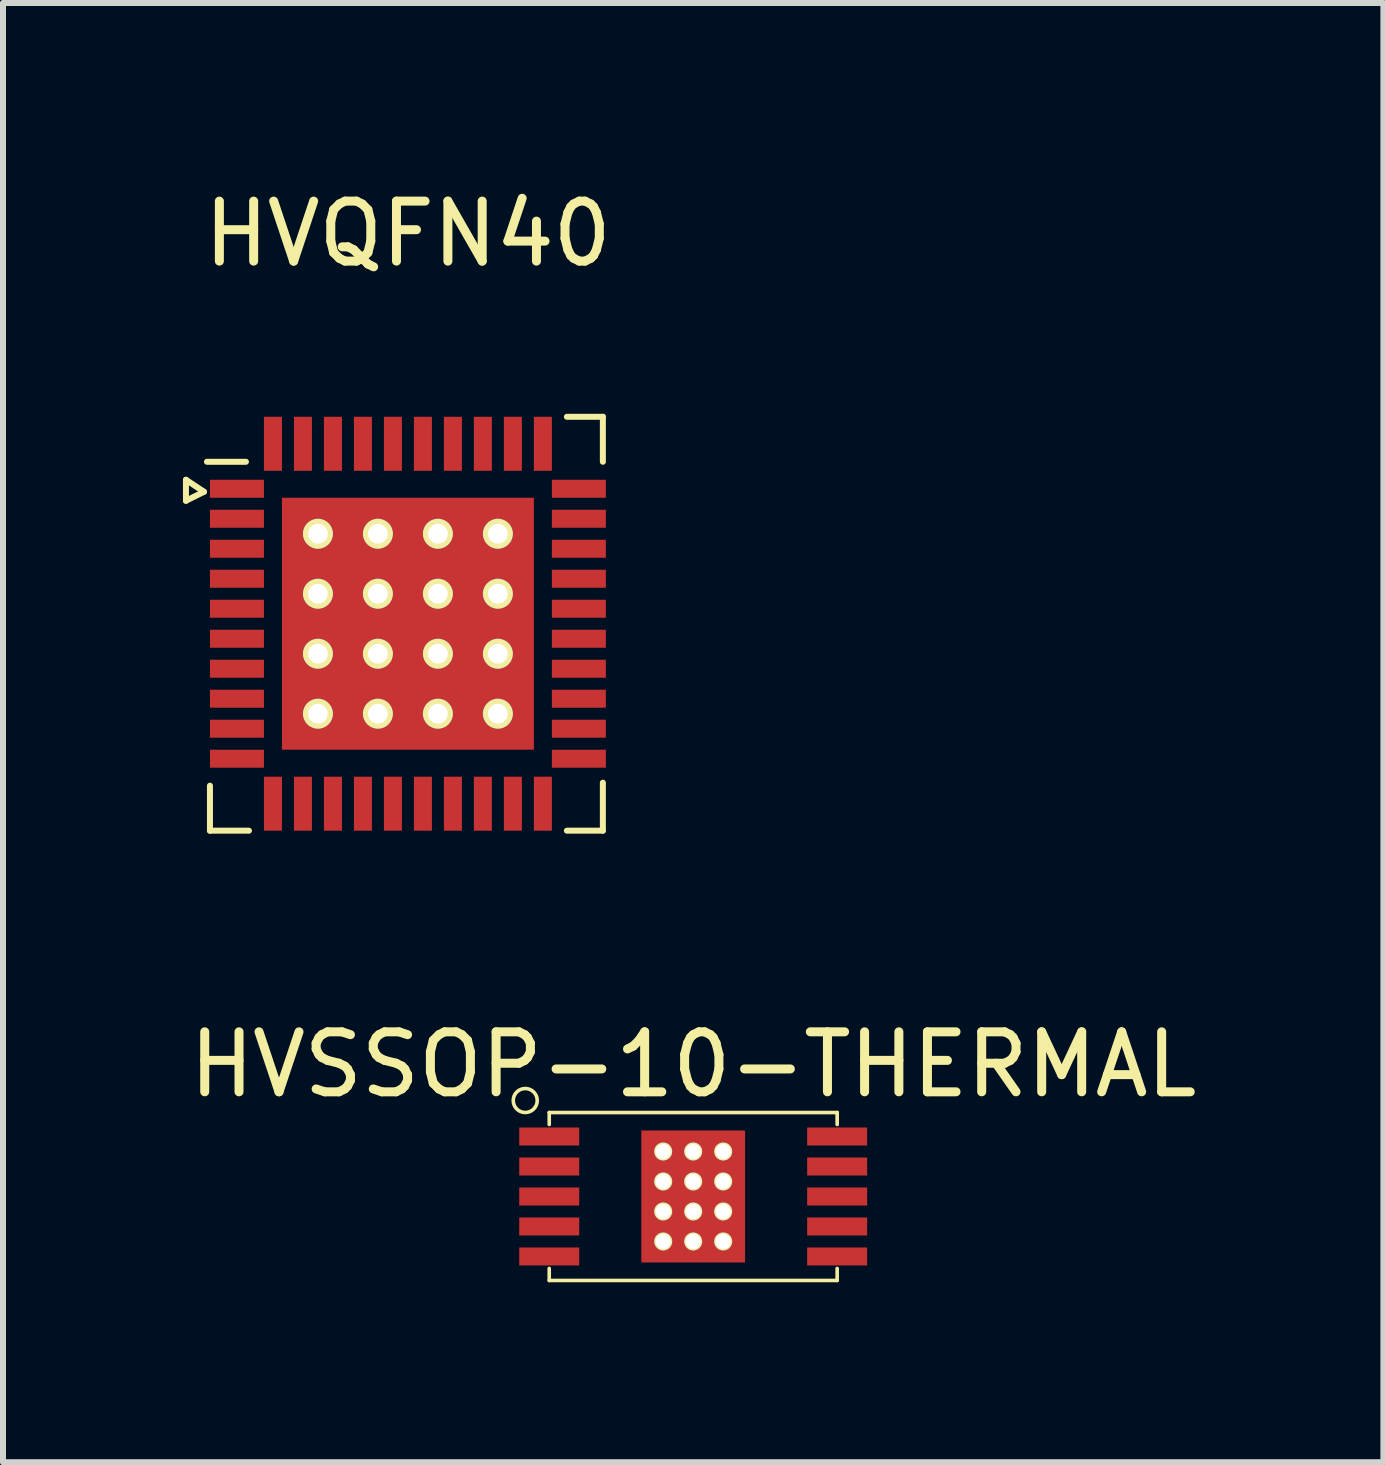
<source format=kicad_pcb>
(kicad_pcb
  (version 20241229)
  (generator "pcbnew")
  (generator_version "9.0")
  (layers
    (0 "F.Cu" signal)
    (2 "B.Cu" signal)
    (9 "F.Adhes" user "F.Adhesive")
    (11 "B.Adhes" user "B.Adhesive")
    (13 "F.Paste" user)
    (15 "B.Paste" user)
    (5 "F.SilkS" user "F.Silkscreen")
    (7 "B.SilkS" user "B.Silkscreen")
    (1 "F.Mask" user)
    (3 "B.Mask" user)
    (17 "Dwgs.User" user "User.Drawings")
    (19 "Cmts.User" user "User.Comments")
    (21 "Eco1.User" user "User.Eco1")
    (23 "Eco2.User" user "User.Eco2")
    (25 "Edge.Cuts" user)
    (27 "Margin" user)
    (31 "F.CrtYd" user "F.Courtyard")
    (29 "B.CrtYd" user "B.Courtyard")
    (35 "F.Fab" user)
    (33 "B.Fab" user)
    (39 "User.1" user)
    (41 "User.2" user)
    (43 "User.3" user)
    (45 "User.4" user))
  (footprint "HVQFN40"
    (layer "F.Cu")
    (at 3.75 7.348)
    (property "Reference" "HVQFN40" (at 0 -6.5 0) (layer "F.SilkS") (effects (font (size 1 1) (thickness 0.15))))
    (attr smd)
    (fp_line (start -3.7 -2.4) (end -3.7 -2.05) (stroke (width 0.1) (type solid)) (layer "F.SilkS"))
    (fp_line (start -3.7 -2.05) (end -3.4 -2.2) (stroke (width 0.1) (type solid)) (layer "F.SilkS"))
    (fp_line (start -3.4 -2.2) (end -3.7 -2.4) (stroke (width 0.1) (type solid)) (layer "F.SilkS"))
    (fp_line (start -3.35 -2.7) (end -2.7 -2.7) (stroke (width 0.1) (type solid)) (layer "F.SilkS"))
    (fp_line (start -3.3 3.45) (end -3.3 2.7) (stroke (width 0.1) (type solid)) (layer "F.SilkS"))
    (fp_line (start -2.65 3.45) (end -3.3 3.45) (stroke (width 0.1) (type solid)) (layer "F.SilkS"))
    (fp_line (start 2.65 -3.45) (end 3.25 -3.45) (stroke (width 0.1) (type solid)) (layer "F.SilkS"))
    (fp_line (start 3.25 -3.45) (end 3.25 -2.7) (stroke (width 0.1) (type solid)) (layer "F.SilkS"))
    (fp_line (start 3.25 2.65) (end 3.25 3.45) (stroke (width 0.1) (type solid)) (layer "F.SilkS"))
    (fp_line (start 3.25 3.45) (end 2.65 3.45) (stroke (width 0.1) (type solid)) (layer "F.SilkS"))
    (pad "1" smd rect (at -2.85 -2.25) (size 0.9 0.3) (layers "F.Cu" "F.Mask" "F.Paste"))
    (pad "2" smd rect (at -2.85 -1.75) (size 0.9 0.3) (layers "F.Cu" "F.Mask" "F.Paste"))
    (pad "3" smd rect (at -2.85 -1.25) (size 0.9 0.3) (layers "F.Cu" "F.Mask" "F.Paste"))
    (pad "4" smd rect (at -2.85 -0.75) (size 0.9 0.3) (layers "F.Cu" "F.Mask" "F.Paste"))
    (pad "5" smd rect (at -2.85 -0.25) (size 0.9 0.3) (layers "F.Cu" "F.Mask" "F.Paste"))
    (pad "6" smd rect (at -2.85 0.25) (size 0.9 0.3) (layers "F.Cu" "F.Mask" "F.Paste"))
    (pad "7" smd rect (at -2.85 0.75) (size 0.9 0.3) (layers "F.Cu" "F.Mask" "F.Paste"))
    (pad "8" smd rect (at -2.85 1.25) (size 0.9 0.3) (layers "F.Cu" "F.Mask" "F.Paste"))
    (pad "9" smd rect (at -2.85 1.75) (size 0.9 0.3) (layers "F.Cu" "F.Mask" "F.Paste"))
    (pad "10" smd rect (at -2.85 2.25) (size 0.9 0.3) (layers "F.Cu" "F.Mask" "F.Paste"))
    (pad "11" smd rect (at -2.25 3) (size 0.3 0.9) (layers "F.Cu" "F.Mask" "F.Paste"))
    (pad "12" smd rect (at -1.75 3) (size 0.3 0.9) (layers "F.Cu" "F.Mask" "F.Paste"))
    (pad "13" smd rect (at -1.25 3) (size 0.3 0.9) (layers "F.Cu" "F.Mask" "F.Paste"))
    (pad "14" smd rect (at -0.75 3) (size 0.3 0.9) (layers "F.Cu" "F.Mask" "F.Paste"))
    (pad "15" smd rect (at -0.25 3) (size 0.3 0.9) (layers "F.Cu" "F.Mask" "F.Paste"))
    (pad "16" smd rect (at 0.25 3) (size 0.3 0.9) (layers "F.Cu" "F.Mask" "F.Paste"))
    (pad "17" smd rect (at 0.75 3) (size 0.3 0.9) (layers "F.Cu" "F.Mask" "F.Paste"))
    (pad "18" smd rect (at 1.25 3) (size 0.3 0.9) (layers "F.Cu" "F.Mask" "F.Paste"))
    (pad "19" smd rect (at 1.75 3) (size 0.3 0.9) (layers "F.Cu" "F.Mask" "F.Paste"))
    (pad "20" smd rect (at 2.25 3) (size 0.3 0.9) (layers "F.Cu" "F.Mask" "F.Paste"))
    (pad "21" smd rect (at 2.85 2.25) (size 0.9 0.3) (layers "F.Cu" "F.Mask" "F.Paste"))
    (pad "22" smd rect (at 2.85 1.75) (size 0.9 0.3) (layers "F.Cu" "F.Mask" "F.Paste"))
    (pad "23" smd rect (at 2.85 1.25) (size 0.9 0.3) (layers "F.Cu" "F.Mask" "F.Paste"))
    (pad "24" smd rect (at 2.85 0.75) (size 0.9 0.3) (layers "F.Cu" "F.Mask" "F.Paste"))
    (pad "25" smd rect (at 2.85 0.25) (size 0.9 0.3) (layers "F.Cu" "F.Mask" "F.Paste"))
    (pad "26" smd rect (at 2.85 -0.25) (size 0.9 0.3) (layers "F.Cu" "F.Mask" "F.Paste"))
    (pad "27" smd rect (at 2.85 -0.75) (size 0.9 0.3) (layers "F.Cu" "F.Mask" "F.Paste"))
    (pad "28" smd rect (at 2.85 -1.25) (size 0.9 0.3) (layers "F.Cu" "F.Mask" "F.Paste"))
    (pad "29" smd rect (at 2.85 -1.75) (size 0.9 0.3) (layers "F.Cu" "F.Mask" "F.Paste"))
    (pad "30" smd rect (at 2.85 -2.25) (size 0.9 0.3) (layers "F.Cu" "F.Mask" "F.Paste"))
    (pad "31" smd rect (at 2.25 -3) (size 0.3 0.9) (layers "F.Cu" "F.Mask" "F.Paste"))
    (pad "32" smd rect (at 1.75 -3) (size 0.3 0.9) (layers "F.Cu" "F.Mask" "F.Paste"))
    (pad "33" smd rect (at 1.25 -3) (size 0.3 0.9) (layers "F.Cu" "F.Mask" "F.Paste"))
    (pad "34" smd rect (at 0.75 -3) (size 0.3 0.9) (layers "F.Cu" "F.Mask" "F.Paste"))
    (pad "35" smd rect (at 0.25 -3) (size 0.3 0.9) (layers "F.Cu" "F.Mask" "F.Paste"))
    (pad "36" smd rect (at -0.25 -3) (size 0.3 0.9) (layers "F.Cu" "F.Mask" "F.Paste"))
    (pad "37" smd rect (at -0.75 -3) (size 0.3 0.9) (layers "F.Cu" "F.Mask" "F.Paste"))
    (pad "38" smd rect (at -1.25 -3) (size 0.3 0.9) (layers "F.Cu" "F.Mask" "F.Paste"))
    (pad "39" smd rect (at -1.75 -3) (size 0.3 0.9) (layers "F.Cu" "F.Mask" "F.Paste"))
    (pad "40" smd rect (at -2.25 -3) (size 0.3 0.9) (layers "F.Cu" "F.Mask" "F.Paste"))
    (pad "41" thru_hole circle (at -1.5 -1.5) (size 0.5 0.5) (drill 0.33) (layers "*.Cu" "F.Mask" "F.SilkS"))
    (pad "41" thru_hole circle (at -1.5 -0.5) (size 0.5 0.5) (drill 0.33) (layers "*.Cu" "F.Mask" "F.SilkS"))
    (pad "41" thru_hole circle (at -1.5 0.5) (size 0.5 0.5) (drill 0.33) (layers "*.Cu" "F.Mask" "F.SilkS"))
    (pad "41" thru_hole circle (at -1.5 1.5) (size 0.5 0.5) (drill 0.33) (layers "*.Cu" "F.Mask" "F.SilkS"))
    (pad "41" thru_hole circle (at -0.5 -1.5) (size 0.5 0.5) (drill 0.33) (layers "*.Cu" "F.Mask" "F.SilkS"))
    (pad "41" thru_hole circle (at -0.5 -0.5) (size 0.5 0.5) (drill 0.33) (layers "*.Cu" "F.Mask" "F.SilkS"))
    (pad "41" thru_hole circle (at -0.5 0.5) (size 0.5 0.5) (drill 0.33) (layers "*.Cu" "F.Mask" "F.SilkS"))
    (pad "41" thru_hole circle (at -0.5 1.5) (size 0.5 0.5) (drill 0.33) (layers "*.Cu" "F.Mask" "F.SilkS"))
    (pad "41" smd rect (at 0 0) (size 4.2 4.2) (layers "F.Cu" "F.Mask" "F.Paste"))
    (pad "41" thru_hole circle (at 0.5 -1.5) (size 0.5 0.5) (drill 0.33) (layers "*.Cu" "F.Mask" "F.SilkS"))
    (pad "41" thru_hole circle (at 0.5 -0.5) (size 0.5 0.5) (drill 0.33) (layers "*.Cu" "F.Mask" "F.SilkS"))
    (pad "41" thru_hole circle (at 0.5 0.5) (size 0.5 0.5) (drill 0.33) (layers "*.Cu" "F.Mask" "F.SilkS"))
    (pad "41" thru_hole circle (at 0.5 1.5) (size 0.5 0.5) (drill 0.33) (layers "*.Cu" "F.Mask" "F.SilkS"))
    (pad "41" thru_hole circle (at 1.5 -1.5) (size 0.5 0.5) (drill 0.33) (layers "*.Cu" "F.Mask" "F.SilkS"))
    (pad "41" thru_hole circle (at 1.5 -0.5) (size 0.5 0.5) (drill 0.33) (layers "*.Cu" "F.Mask" "F.SilkS"))
    (pad "41" thru_hole circle (at 1.5 0.5) (size 0.5 0.5) (drill 0.33) (layers "*.Cu" "F.Mask" "F.SilkS"))
    (pad "41" thru_hole circle (at 1.5 1.5) (size 0.5 0.5) (drill 0.33) (layers "*.Cu" "F.Mask" "F.SilkS")))
  (footprint "HVSSOP-10-THERMAL"
    (layer "F.Cu")
    (at 6.106 15.896)
    (property "Reference" "HVSSOP-10-THERMAL" (at 2.4 -1.2 0) (layer "F.SilkS") (effects (font (size 1 1) (thickness 0.15))))
    (attr through_hole)
    (fp_line (start 0 -0.4) (end 0 -0.2) (stroke (width 0.06) (type solid)) (layer "F.SilkS"))
    (fp_line (start 0 2.2) (end 0 2.4) (stroke (width 0.06) (type solid)) (layer "F.SilkS"))
    (fp_line (start 0 2.4) (end 4.8 2.4) (stroke (width 0.06) (type solid)) (layer "F.SilkS"))
    (fp_line (start 4.8 -0.4) (end 0 -0.4) (stroke (width 0.06) (type solid)) (layer "F.SilkS"))
    (fp_line (start 4.8 -0.2) (end 4.8 -0.4) (stroke (width 0.06) (type solid)) (layer "F.SilkS"))
    (fp_line (start 4.8 2.4) (end 4.8 2.2) (stroke (width 0.06) (type solid)) (layer "F.SilkS"))
    (fp_circle (center -0.4 -0.6) (end -0.4 -0.4) (stroke (width 0.06) (type solid)) (fill no) (layer "F.SilkS"))
    (pad "1" smd rect (at 0 0) (size 1 0.3) (layers "F.Cu" "F.Mask" "F.Paste"))
    (pad "2" smd rect (at 0 0.5) (size 1 0.3) (layers "F.Cu" "F.Mask" "F.Paste"))
    (pad "3" smd rect (at 0 1) (size 1 0.3) (layers "F.Cu" "F.Mask" "F.Paste"))
    (pad "4" smd rect (at 0 1.5) (size 1 0.3) (layers "F.Cu" "F.Mask" "F.Paste"))
    (pad "5" smd rect (at 0 2) (size 1 0.3) (layers "F.Cu" "F.Mask" "F.Paste"))
    (pad "6" smd rect (at 4.8 2) (size 1 0.3) (layers "F.Cu" "F.Mask" "F.Paste"))
    (pad "7" smd rect (at 4.8 1.5) (size 1 0.3) (layers "F.Cu" "F.Mask" "F.Paste"))
    (pad "8" smd rect (at 4.8 1) (size 1 0.3) (layers "F.Cu" "F.Mask" "F.Paste"))
    (pad "9" smd rect (at 4.8 0.5) (size 1 0.3) (layers "F.Cu" "F.Mask" "F.Paste"))
    (pad "10" smd rect (at 4.8 0) (size 1 0.3) (layers "F.Cu" "F.Mask" "F.Paste"))
    (pad "11" thru_hole circle (at 1.9 0.25) (size 0.3 0.3) (drill 0.25) (layers "*.Cu" "F.Mask" "F.SilkS"))
    (pad "11" thru_hole circle (at 1.9 0.75) (size 0.3 0.3) (drill 0.25) (layers "*.Cu" "F.Mask" "F.SilkS"))
    (pad "11" thru_hole circle (at 1.9 1.25) (size 0.3 0.3) (drill 0.25) (layers "*.Cu" "F.Mask" "F.SilkS"))
    (pad "11" thru_hole circle (at 1.9 1.75) (size 0.3 0.3) (drill 0.25) (layers "*.Cu" "F.Mask" "F.SilkS"))
    (pad "11" thru_hole circle (at 2.4 0.25) (size 0.3 0.3) (drill 0.25) (layers "*.Cu" "F.Mask" "F.SilkS"))
    (pad "11" thru_hole circle (at 2.4 0.75) (size 0.3 0.3) (drill 0.25) (layers "*.Cu" "F.Mask" "F.SilkS"))
    (pad "11" smd rect (at 2.4 1) (size 1.73 2.2) (layers "F.Cu" "F.Mask" "F.Paste"))
    (pad "11" thru_hole circle (at 2.4 1.25) (size 0.3 0.3) (drill 0.25) (layers "*.Cu" "F.Mask" "F.SilkS"))
    (pad "11" thru_hole circle (at 2.4 1.75) (size 0.3 0.3) (drill 0.25) (layers "*.Cu" "F.Mask" "F.SilkS"))
    (pad "11" thru_hole circle (at 2.9 0.25) (size 0.3 0.3) (drill 0.25) (layers "*.Cu" "F.Mask" "F.SilkS"))
    (pad "11" thru_hole circle (at 2.9 0.75) (size 0.3 0.3) (drill 0.25) (layers "*.Cu" "F.Mask" "F.SilkS"))
    (pad "11" thru_hole circle (at 2.9 1.25) (size 0.3 0.3) (drill 0.25) (layers "*.Cu" "F.Mask" "F.SilkS"))
    (pad "11" thru_hole circle (at 2.9 1.75) (size 0.3 0.3) (drill 0.25) (layers "*.Cu" "F.Mask" "F.SilkS")))
  (gr_rect
    (start -3 -3)
    (end 20.012 21.326)
    (stroke (width 0.1) (type default))
    (fill no)
    (layer "Edge.Cuts")))
</source>
